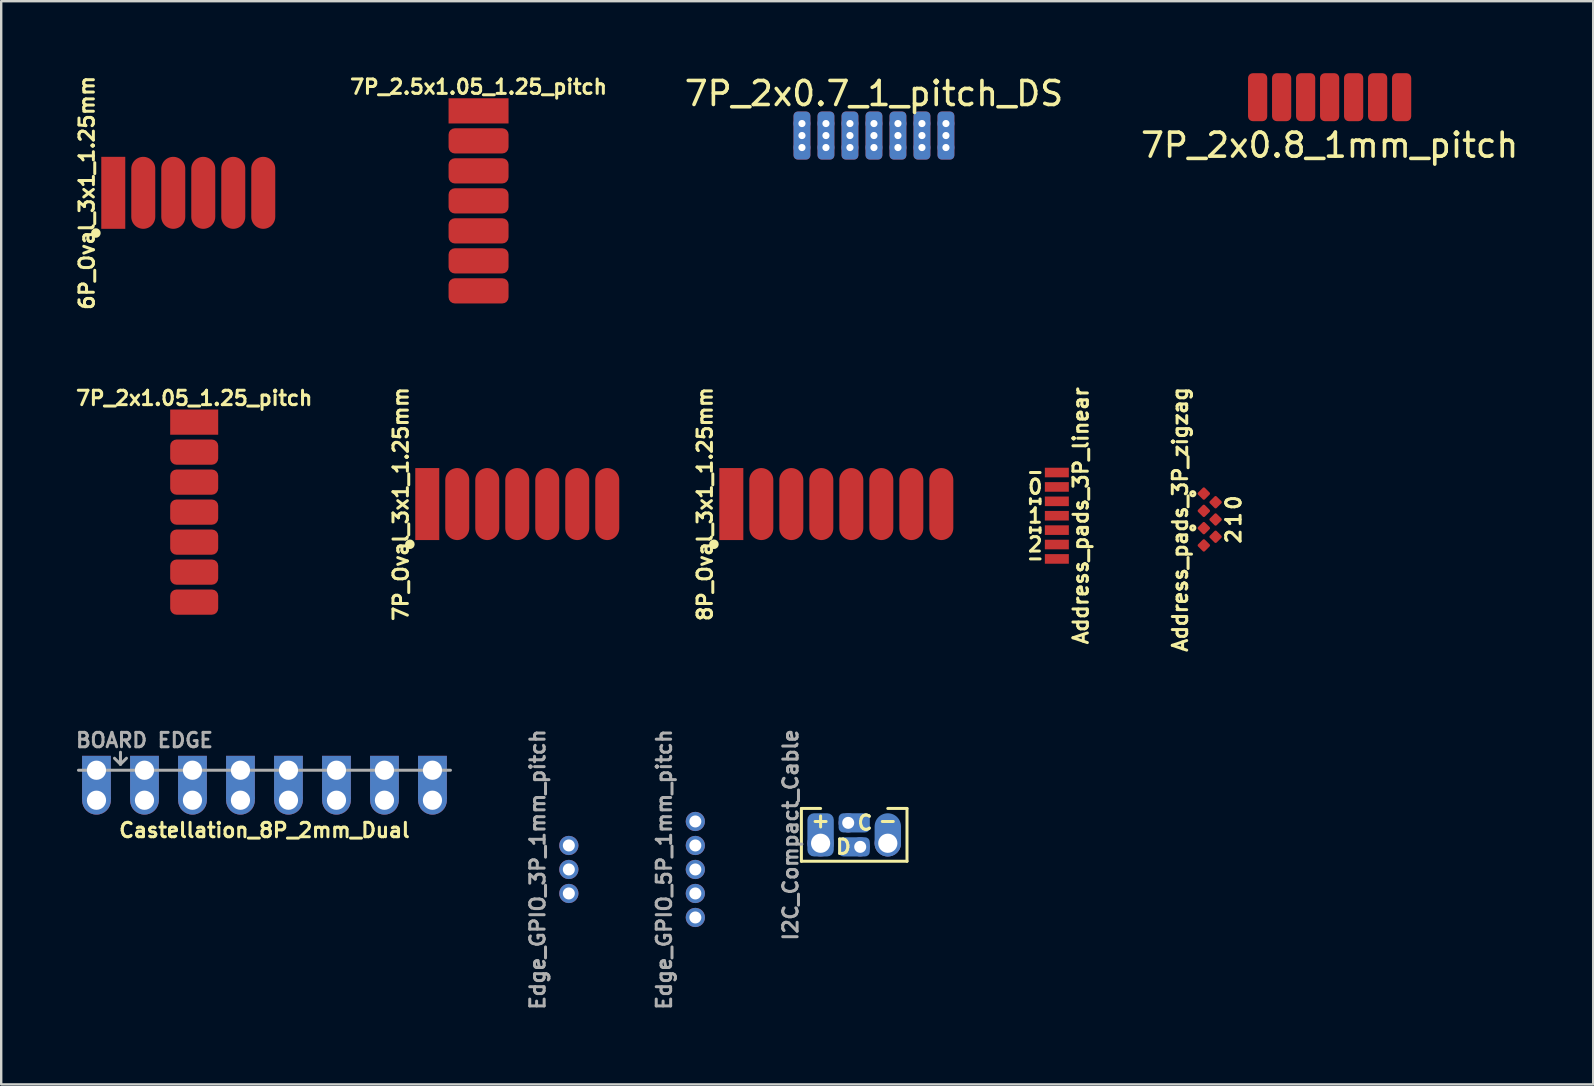
<source format=kicad_pcb>
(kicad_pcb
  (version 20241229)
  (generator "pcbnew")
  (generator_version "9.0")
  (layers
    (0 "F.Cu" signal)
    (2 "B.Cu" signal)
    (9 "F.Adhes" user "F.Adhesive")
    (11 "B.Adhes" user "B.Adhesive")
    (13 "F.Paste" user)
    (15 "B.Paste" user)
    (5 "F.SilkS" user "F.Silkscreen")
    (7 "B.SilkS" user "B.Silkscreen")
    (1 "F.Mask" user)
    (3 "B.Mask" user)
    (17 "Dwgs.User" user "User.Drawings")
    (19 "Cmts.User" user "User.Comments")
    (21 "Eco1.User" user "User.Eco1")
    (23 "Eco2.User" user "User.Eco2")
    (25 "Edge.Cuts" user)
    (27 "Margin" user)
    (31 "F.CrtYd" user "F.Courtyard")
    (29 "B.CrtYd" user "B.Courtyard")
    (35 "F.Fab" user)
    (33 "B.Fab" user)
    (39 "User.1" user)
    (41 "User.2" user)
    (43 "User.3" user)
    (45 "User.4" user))
  (footprint "7P_2x0.7_1_pitch_DS"
    (layer "F.Cu")
    (at 33.367 2.598)
    (property "Reference" "7P_2x0.7_1_pitch_DS" (at 0 -1.75 0) (unlocked yes) (layer "F.SilkS") (effects (font (size 1 1) (thickness 0.15))))
    (attr through_hole)
    (pad "1" thru_hole circle (at -3 -0.5) (size 0.7 0.7) (drill 0.3) (layers "*.Cu" "*.Mask"))
    (pad "1" thru_hole roundrect (at -3 0) (size 0.7 2) (drill 0.3) (layers "*.Cu" "*.Mask") (roundrect_rratio 0.25))
    (pad "1" thru_hole circle (at -3 0.5) (size 0.7 0.7) (drill 0.3) (layers "*.Cu" "*.Mask"))
    (pad "2" thru_hole circle (at -2 -0.5) (size 0.7 0.7) (drill 0.3) (layers "*.Cu" "*.Mask"))
    (pad "2" thru_hole roundrect (at -2 0) (size 0.7 2) (drill 0.3) (layers "*.Cu" "*.Mask") (roundrect_rratio 0.25))
    (pad "2" thru_hole circle (at -2 0.5) (size 0.7 0.7) (drill 0.3) (layers "*.Cu" "*.Mask"))
    (pad "3" thru_hole circle (at -1 -0.5) (size 0.7 0.7) (drill 0.3) (layers "*.Cu" "*.Mask"))
    (pad "3" thru_hole roundrect (at -1 0) (size 0.7 2) (drill 0.3) (layers "*.Cu" "*.Mask") (roundrect_rratio 0.25))
    (pad "3" thru_hole circle (at -1 0.5) (size 0.7 0.7) (drill 0.3) (layers "*.Cu" "*.Mask"))
    (pad "4" thru_hole circle (at 0 -0.5) (size 0.7 0.7) (drill 0.3) (layers "*.Cu" "*.Mask"))
    (pad "4" thru_hole roundrect (at 0 0) (size 0.7 2) (drill 0.3) (layers "*.Cu" "*.Mask") (roundrect_rratio 0.25))
    (pad "4" thru_hole circle (at 0 0.5) (size 0.7 0.7) (drill 0.3) (layers "*.Cu" "*.Mask"))
    (pad "5" thru_hole circle (at 1 -0.5) (size 0.7 0.7) (drill 0.3) (layers "*.Cu" "*.Mask"))
    (pad "5" thru_hole roundrect (at 1 0) (size 0.7 2) (drill 0.3) (layers "*.Cu" "*.Mask") (roundrect_rratio 0.25))
    (pad "5" thru_hole circle (at 1 0.5) (size 0.7 0.7) (drill 0.3) (layers "*.Cu" "*.Mask"))
    (pad "6" thru_hole circle (at 2 -0.5) (size 0.7 0.7) (drill 0.3) (layers "*.Cu" "*.Mask"))
    (pad "6" thru_hole roundrect (at 2 0) (size 0.7 2) (drill 0.3) (layers "*.Cu" "*.Mask") (roundrect_rratio 0.25))
    (pad "6" thru_hole circle (at 2 0.5) (size 0.7 0.7) (drill 0.3) (layers "*.Cu" "*.Mask"))
    (pad "7" thru_hole circle (at 3 -0.5) (size 0.7 0.7) (drill 0.3) (layers "*.Cu" "*.Mask"))
    (pad "7" thru_hole roundrect (at 3 0) (size 0.7 2) (drill 0.3) (layers "*.Cu" "*.Mask") (roundrect_rratio 0.25))
    (pad "7" thru_hole circle (at 3 0.5) (size 0.7 0.7) (drill 0.3) (layers "*.Cu" "*.Mask")))
  (footprint "8P_Oval_3x1_1.25mm"
    (layer "F.Cu")
    (at 31.799 17.954)
    (property "Reference" "8P_Oval_3x1_1.25mm" (at -5.475 0 90) (layer "F.SilkS") (effects (font (size 0.6 0.6) (thickness 0.125))))
    (attr exclude_from_pos_files exclude_from_bom)
    (fp_circle (center -5.1 1.675) (end -5 1.675) (stroke (width 0.2) (type solid)) (fill no) (layer "F.SilkS"))
    (pad "1" connect rect (at -4.375 0) (size 1 3) (layers "F.Cu" "F.Mask"))
    (pad "2" connect oval (at -3.125 0) (size 1 3) (layers "F.Cu" "F.Mask"))
    (pad "3" connect oval (at -1.875 0) (size 1 3) (layers "F.Cu" "F.Mask"))
    (pad "4" connect oval (at -0.625 0) (size 1 3) (layers "F.Cu" "F.Mask"))
    (pad "5" connect oval (at 0.625 0) (size 1 3) (layers "F.Cu" "F.Mask"))
    (pad "6" connect oval (at 1.875 0) (size 1 3) (layers "F.Cu" "F.Mask"))
    (pad "7" connect oval (at 3.125 0) (size 1 3) (layers "F.Cu" "F.Mask"))
    (pad "8" connect oval (at 4.375 0) (size 1 3) (layers "F.Cu" "F.Mask")))
  (footprint "Address_pads_3P_linear"
    (layer "F.Cu")
    (at 40.988 18.44)
    (property "Reference" "Address_pads_3P_linear" (at 1 0 270) (layer "F.SilkS") (effects (font (size 0.6 0.6) (thickness 0.125))))
    (attr exclude_from_pos_files exclude_from_bom)
    (fp_line (start -1.1 -0.7) (end -1.1 -0.5) (stroke (width 0.125) (type solid)) (layer "F.SilkS"))
    (fp_line (start -1.1 -0.6) (end -1.1 -0.7) (stroke (width 0.125) (type solid)) (layer "F.SilkS"))
    (fp_line (start -1.1 0.5) (end -1.1 0.7) (stroke (width 0.125) (type solid)) (layer "F.SilkS"))
    (fp_line (start -1.1 0.6) (end -1.1 0.5) (stroke (width 0.125) (type solid)) (layer "F.SilkS"))
    (fp_line (start -0.7 -1.8) (end -1.1 -1.8) (stroke (width 0.125) (type solid)) (layer "F.SilkS"))
    (fp_line (start -0.7 -0.7) (end -0.7 -0.5) (stroke (width 0.125) (type solid)) (layer "F.SilkS"))
    (fp_line (start -0.7 -0.6) (end -1.1 -0.6) (stroke (width 0.125) (type solid)) (layer "F.SilkS"))
    (fp_line (start -0.7 0.5) (end -0.7 0.7) (stroke (width 0.125) (type solid)) (layer "F.SilkS"))
    (fp_line (start -0.7 0.6) (end -1.1 0.6) (stroke (width 0.125) (type solid)) (layer "F.SilkS"))
    (fp_line (start -0.7 1.8) (end -1.1 1.8) (stroke (width 0.125) (type solid)) (layer "F.SilkS"))
    (fp_text user "2" (at -0.9 1.2 0) (layer "F.SilkS") (effects (font (size 0.6 0.6) (thickness 0.125))))
    (fp_text user "1" (at -0.9 0 0) (layer "F.SilkS") (effects (font (size 0.6 0.6) (thickness 0.125))))
    (fp_text user "0" (at -0.9 -1.2 0) (layer "F.SilkS") (effects (font (size 0.6 0.6) (thickness 0.125))))
    (pad "" connect roundrect (at 0 0) (size 1.1 4.1) (layers "F.Mask") (roundrect_rratio 0.045))
    (pad "0" connect rect (at 0 -1.2) (size 1 0.4) (layers "F.Cu" "F.Mask"))
    (pad "1" connect rect (at 0 0) (size 1 0.4) (layers "F.Cu" "F.Mask"))
    (pad "2" connect rect (at 0 1.2) (size 1 0.4) (layers "F.Cu" "F.Mask"))
    (pad "H" connect rect (at 0 -0.6) (size 1 0.4) (layers "F.Cu" "F.Mask"))
    (pad "H" connect rect (at 0 0.6) (size 1 0.4) (layers "F.Cu" "F.Mask"))
    (pad "L" connect rect (at 0 -1.8) (size 1 0.4) (layers "F.Cu" "F.Mask"))
    (pad "L" connect rect (at 0 1.8) (size 1 0.4) (layers "F.Cu" "F.Mask")))
  (footprint "Edge_GPIO_5P_1mm_pitch"
    (layer "F.Cu")
    (at 25.924 33.18)
    (property "Reference" "Edge_GPIO_5P_1mm_pitch" (at -1.3 0 90) (layer "F.Fab") (effects (font (size 0.6 0.6) (thickness 0.125))))
    (attr exclude_from_pos_files exclude_from_bom)
    (pad "1" thru_hole circle (at 0 -2) (size 0.8 0.8) (drill 0.5) (layers "*.Cu" "*.Mask"))
    (pad "2" thru_hole circle (at 0 -1) (size 0.8 0.8) (drill 0.5) (layers "*.Cu" "*.Mask"))
    (pad "3" thru_hole circle (at 0 0) (size 0.8 0.8) (drill 0.5) (layers "*.Cu" "*.Mask"))
    (pad "4" thru_hole circle (at 0 1) (size 0.8 0.8) (drill 0.5) (layers "*.Cu" "*.Mask"))
    (pad "5" thru_hole circle (at 0 2) (size 0.8 0.8) (drill 0.5) (layers "*.Cu" "*.Mask")))
  (footprint "7P_2x0.8_1mm_pitch"
    (layer "F.Cu")
    (at 52.355 1)
    (property "Reference" "7P_2x0.8_1mm_pitch" (at 0 2 0) (layer "F.SilkS") (effects (font (size 1 1) (thickness 0.15))))
    (attr through_hole)
    (pad "1" connect roundrect (at -3 0) (size 0.8 2) (layers "F.Cu" "F.Mask") (roundrect_rratio 0.25))
    (pad "2" connect roundrect (at -2 0) (size 0.8 2) (layers "F.Cu" "F.Mask") (roundrect_rratio 0.25))
    (pad "3" connect roundrect (at -1 0) (size 0.8 2) (layers "F.Cu" "F.Mask") (roundrect_rratio 0.25))
    (pad "4" connect roundrect (at 0 0) (size 0.8 2) (layers "F.Cu" "F.Mask") (roundrect_rratio 0.25))
    (pad "5" connect roundrect (at 1 0) (size 0.8 2) (layers "F.Cu" "F.Mask") (roundrect_rratio 0.25))
    (pad "6" connect roundrect (at 2 0) (size 0.8 2) (layers "F.Cu" "F.Mask") (roundrect_rratio 0.25))
    (pad "7" connect roundrect (at 3 0) (size 0.8 2) (layers "F.Cu" "F.Mask") (roundrect_rratio 0.25)))
  (footprint "6P_Oval_3x1_1.25mm"
    (layer "F.Cu")
    (at 4.795 4.985)
    (property "Reference" "6P_Oval_3x1_1.25mm" (at -4.225 0 90) (layer "F.SilkS") (effects (font (size 0.6 0.6) (thickness 0.125))))
    (attr exclude_from_pos_files exclude_from_bom)
    (fp_circle (center -3.85 1.675) (end -3.75 1.675) (stroke (width 0.2) (type solid)) (fill no) (layer "F.SilkS"))
    (pad "1" connect rect (at -3.125 0) (size 1 3) (layers "F.Cu" "F.Mask"))
    (pad "2" connect oval (at -1.875 0) (size 1 3) (layers "F.Cu" "F.Mask"))
    (pad "3" connect oval (at -0.625 0) (size 1 3) (layers "F.Cu" "F.Mask"))
    (pad "4" connect oval (at 0.625 0) (size 1 3) (layers "F.Cu" "F.Mask"))
    (pad "5" connect oval (at 1.875 0) (size 1 3) (layers "F.Cu" "F.Mask"))
    (pad "6" connect oval (at 3.125 0) (size 1 3) (layers "F.Cu" "F.Mask")))
  (footprint "Address_pads_3P_zigzag"
    (layer "F.Cu")
    (at 47.603 18.597)
    (property "Reference" "Address_pads_3P_zigzag" (at -1.475 0 270) (layer "F.SilkS") (effects (font (size 0.6 0.6) (thickness 0.125))))
    (attr exclude_from_pos_files exclude_from_bom)
    (fp_circle (center -0.95 -1.075) (end -0.925 -1.075) (stroke (width 0.125) (type solid)) (fill no) (layer "F.SilkS"))
    (fp_circle (center -0.95 0.35) (end -0.925 0.35) (stroke (width 0.125) (type solid)) (fill no) (layer "F.SilkS"))
    (fp_text user "2" (at 0.75 0.7 90) (layer "F.SilkS") (effects (font (size 0.6 0.6) (thickness 0.125))))
    (fp_text user "0" (at 0.75 -0.7 90) (layer "F.SilkS") (effects (font (size 0.6 0.6) (thickness 0.125))))
    (fp_text user "1" (at 0.75 0 90) (layer "F.SilkS") (effects (font (size 0.6 0.6) (thickness 0.125))))
    (pad "" connect rect (at -0.25 0.905 315) (size 0.305 0.5) (layers "F.Mask"))
    (pad "" connect rect (at -0.245 -0.54 315) (size 0.305 0.5) (layers "F.Mask"))
    (pad "" smd roundrect (at -0.245 -0.54 315) (size 0.4 1) (layers "F.Paste") (roundrect_rratio 0.25))
    (pad "" smd roundrect (at -0.245 -0.18 45) (size 0.4 1) (layers "F.Paste") (roundrect_rratio 0.25))
    (pad "" connect rect (at -0.245 0.185 315) (size 0.305 0.5) (layers "F.Mask"))
    (pad "" smd roundrect (at -0.245 0.9 315) (size 0.4 1) (layers "F.Paste") (roundrect_rratio 0.25))
    (pad "" connect rect (at -0.24 -0.175 45) (size 0.305 0.5) (layers "F.Mask"))
    (pad "" connect rect (at -0.24 0.545 45) (size 0.305 0.5) (layers "F.Mask"))
    (pad "" connect rect (at -0.235 -0.89 45) (size 0.305 0.5) (layers "F.Mask"))
    (pad "0" connect roundrect (at 0 -0.72 45) (size 0.4 0.4) (layers "F.Cu" "F.Mask") (roundrect_rratio 0.15))
    (pad "1" connect roundrect (at 0 0 45) (size 0.4 0.4) (layers "F.Cu" "F.Mask") (roundrect_rratio 0.15))
    (pad "2" connect roundrect (at 0 0.72 45) (size 0.4 0.4) (layers "F.Cu" "F.Mask") (roundrect_rratio 0.15))
    (pad "H" connect roundrect (at -0.49 -1.08 45) (size 0.4 0.4) (layers "F.Cu" "F.Mask") (roundrect_rratio 0.15))
    (pad "H" connect roundrect (at -0.49 0.36 45) (size 0.4 0.4) (layers "F.Cu" "F.Mask") (roundrect_rratio 0.15))
    (pad "L" connect roundrect (at -0.49 -0.36 45) (size 0.4 0.4) (layers "F.Cu" "F.Mask") (roundrect_rratio 0.15))
    (pad "L" connect roundrect (at -0.49 1.08 45) (size 0.4 0.4) (layers "F.Cu" "F.Mask") (roundrect_rratio 0.15)))
  (footprint "7P_2.5x1.05_1.25_pitch"
    (layer "F.Cu")
    (at 16.891 5.32)
    (property "Reference" "7P_2.5x1.05_1.25_pitch" (at 0 -4.75 0) (layer "F.SilkS") (effects (font (size 0.6 0.6) (thickness 0.125))))
    (attr exclude_from_pos_files exclude_from_bom)
    (pad "1" connect rect (at 0 -3.75) (size 2.5 1.05) (layers "F.Cu" "F.Mask"))
    (pad "2" connect roundrect (at 0 -2.5) (size 2.5 1.05) (layers "F.Cu" "F.Mask") (roundrect_rratio 0.25))
    (pad "3" connect roundrect (at 0 -1.25) (size 2.5 1.05) (layers "F.Cu" "F.Mask") (roundrect_rratio 0.25))
    (pad "4" connect roundrect (at 0 0) (size 2.5 1.05) (layers "F.Cu" "F.Mask") (roundrect_rratio 0.25))
    (pad "5" connect roundrect (at 0 1.25) (size 2.5 1.05) (layers "F.Cu" "F.Mask") (roundrect_rratio 0.25))
    (pad "6" connect roundrect (at 0 2.5) (size 2.5 1.05) (layers "F.Cu" "F.Mask") (roundrect_rratio 0.25))
    (pad "7" connect roundrect (at 0 3.75) (size 2.5 1.05) (layers "F.Cu" "F.Mask") (roundrect_rratio 0.25)))
  (footprint "7P_2x1.05_1.25_pitch"
    (layer "F.Cu")
    (at 5.042 18.29)
    (property "Reference" "7P_2x1.05_1.25_pitch" (at 0 -4.75 0) (layer "F.SilkS") (effects (font (size 0.6 0.6) (thickness 0.125))))
    (attr exclude_from_pos_files exclude_from_bom)
    (pad "1" connect rect (at 0 -3.75) (size 2 1.05) (layers "F.Cu" "F.Mask"))
    (pad "2" connect roundrect (at 0 -2.5) (size 2 1.05) (layers "F.Cu" "F.Mask") (roundrect_rratio 0.25))
    (pad "3" connect roundrect (at 0 -1.25) (size 2 1.05) (layers "F.Cu" "F.Mask") (roundrect_rratio 0.25))
    (pad "4" connect roundrect (at 0 0) (size 2 1.05) (layers "F.Cu" "F.Mask") (roundrect_rratio 0.25))
    (pad "5" connect roundrect (at 0 1.25) (size 2 1.05) (layers "F.Cu" "F.Mask") (roundrect_rratio 0.25))
    (pad "6" connect roundrect (at 0 2.5) (size 2 1.05) (layers "F.Cu" "F.Mask") (roundrect_rratio 0.25))
    (pad "7" connect roundrect (at 0 3.75) (size 2 1.05) (layers "F.Cu" "F.Mask") (roundrect_rratio 0.25)))
  (footprint "Castellation_8P_2mm_Dual"
    (layer "F.Cu")
    (at 7.97 29.045)
    (property "Reference" "Castellation_8P_2mm_Dual" (at 0 2.5 0) (layer "F.SilkS") (effects (font (size 0.6 0.6) (thickness 0.125))))
    (attr exclude_from_pos_files exclude_from_bom)
    (fp_line (start -7.75 0) (end 7.75 0) (stroke (width 0.125) (type solid)) (layer "F.Fab"))
    (fp_line (start -6 -0.25) (end -6.25 -0.5) (stroke (width 0.125) (type solid)) (layer "F.Fab"))
    (fp_line (start -6 -0.25) (end -6 -0.75) (stroke (width 0.125) (type solid)) (layer "F.Fab"))
    (fp_line (start -6 -0.25) (end -5.75 -0.5) (stroke (width 0.125) (type solid)) (layer "F.Fab"))
    (fp_text user "BOARD EDGE" (at -5 -1.25 0) (layer "F.Fab") (effects (font (size 0.6 0.6) (thickness 0.125))))
    (pad "1" thru_hole rect (at -7 0) (size 1.2 1.8) (drill 0.8 (offset 0 0.3)) (layers "*.Cu" "*.Mask"))
    (pad "1" thru_hole circle (at -7 1.25) (size 1.2 1.2) (drill 0.8) (layers "*.Cu" "*.Mask"))
    (pad "2" thru_hole rect (at -5 0) (size 1.2 1.8) (drill 0.8 (offset 0 0.3)) (layers "*.Cu" "*.Mask"))
    (pad "2" thru_hole circle (at -5 1.25) (size 1.2 1.2) (drill 0.8) (layers "*.Cu" "*.Mask"))
    (pad "3" thru_hole rect (at -3 0) (size 1.2 1.8) (drill 0.8 (offset 0 0.3)) (layers "*.Cu" "*.Mask"))
    (pad "3" thru_hole circle (at -3 1.25) (size 1.2 1.2) (drill 0.8) (layers "*.Cu" "*.Mask"))
    (pad "4" thru_hole rect (at -1 0) (size 1.2 1.8) (drill 0.8 (offset 0 0.3)) (layers "*.Cu" "*.Mask"))
    (pad "4" thru_hole circle (at -1 1.25) (size 1.2 1.2) (drill 0.8) (layers "*.Cu" "*.Mask"))
    (pad "5" thru_hole rect (at 1 0) (size 1.2 1.8) (drill 0.8 (offset 0 0.3)) (layers "*.Cu" "*.Mask"))
    (pad "5" thru_hole circle (at 1 1.25) (size 1.2 1.2) (drill 0.8) (layers "*.Cu" "*.Mask"))
    (pad "6" thru_hole rect (at 3 0) (size 1.2 1.8) (drill 0.8 (offset 0 0.3)) (layers "*.Cu" "*.Mask"))
    (pad "6" thru_hole circle (at 3 1.25) (size 1.2 1.2) (drill 0.8) (layers "*.Cu" "*.Mask"))
    (pad "7" thru_hole rect (at 5 0) (size 1.2 1.8) (drill 0.8 (offset 0 0.3)) (layers "*.Cu" "*.Mask"))
    (pad "7" thru_hole circle (at 5 1.25) (size 1.2 1.2) (drill 0.8) (layers "*.Cu" "*.Mask"))
    (pad "8" thru_hole rect (at 7 0) (size 1.2 1.8) (drill 0.8 (offset 0 0.3)) (layers "*.Cu" "*.Mask"))
    (pad "8" thru_hole circle (at 7 1.25) (size 1.2 1.2) (drill 0.8) (layers "*.Cu" "*.Mask")))
  (footprint "I2C_Compact_Cable"
    (layer "F.Cu")
    (at 32.544 31.738)
    (property "Reference" "I2C_Compact_Cable" (at -2.65 0 90) (layer "F.Fab") (effects (font (size 0.6 0.6) (thickness 0.125))))
    (attr exclude_from_pos_files exclude_from_bom)
    (fp_line (start -2.2 -1.1) (end -2.2 1.1) (stroke (width 0.125) (type solid)) (layer "F.SilkS"))
    (fp_line (start -2.2 1.1) (end 2.2 1.1) (stroke (width 0.125) (type solid)) (layer "F.SilkS"))
    (fp_line (start -1.4 -1.1) (end -2.2 -1.1) (stroke (width 0.125) (type solid)) (layer "F.SilkS"))
    (fp_line (start 2.2 -1.1) (end 1.4 -1.1) (stroke (width 0.125) (type solid)) (layer "F.SilkS"))
    (fp_line (start 2.2 1.1) (end 2.2 -1.1) (stroke (width 0.125) (type solid)) (layer "F.SilkS"))
    (fp_text user "C" (at 0.45 -0.5 0) (layer "F.SilkS") (effects (font (size 0.6 0.6) (thickness 0.125))))
    (fp_text user "-" (at 1.4 -0.6 0) (layer "F.SilkS") (effects (font (size 0.6 0.6) (thickness 0.125))))
    (fp_text user "+" (at -1.4 -0.6 0) (layer "F.SilkS") (effects (font (size 0.6 0.6) (thickness 0.125))))
    (fp_text user "D" (at -0.45 0.5 0) (layer "F.SilkS") (effects (font (size 0.6 0.6) (thickness 0.125))))
    (pad "1" connect roundrect (at -1.4 0) (size 1.1 1.8) (layers "B.Cu" "B.Mask") (roundrect_rratio 0.25))
    (pad "1" thru_hole circle (at -1.4 0.35) (size 1.1 1.1) (drill 0.8) (layers "*.Cu" "*.Mask"))
    (pad "2" connect oval (at 1.4 0) (size 1.1 1.8) (layers "B.Cu" "B.Mask"))
    (pad "2" thru_hole circle (at 1.4 0.35) (size 1.1 1.1) (drill 0.8) (layers "*.Cu" "*.Mask"))
    (pad "3" thru_hole circle (at -0.25 -0.5 90) (size 0.8 0.8) (drill 0.5) (layers "*.Cu" "*.Mask"))
    (pad "3" connect roundrect (at -0.2 -0.5 90) (size 0.8 1.3) (drill (offset 0 0.2)) (layers "B.Cu" "B.Mask") (roundrect_rratio 0.25))
    (pad "4" connect roundrect (at 0.2 0.5 270) (size 0.8 1.3) (drill (offset 0 0.2)) (layers "B.Cu" "B.Mask") (roundrect_rratio 0.25))
    (pad "4" thru_hole circle (at 0.25 0.5 90) (size 0.8 0.8) (drill 0.5) (layers "*.Cu" "*.Mask")))
  (footprint "Edge_GPIO_3P_1mm_pitch"
    (layer "F.Cu")
    (at 20.653 33.18)
    (property "Reference" "Edge_GPIO_3P_1mm_pitch" (at -1.3 0 90) (layer "F.Fab") (effects (font (size 0.6 0.6) (thickness 0.125))))
    (attr through_hole)
    (pad "1" thru_hole circle (at 0 -1) (size 0.8 0.8) (drill 0.5) (layers "*.Cu" "*.Mask"))
    (pad "2" thru_hole circle (at 0 0) (size 0.8 0.8) (drill 0.5) (layers "*.Cu" "*.Mask"))
    (pad "3" thru_hole circle (at 0 1) (size 0.8 0.8) (drill 0.5) (layers "*.Cu" "*.Mask")))
  (footprint "7P_Oval_3x1_1.25mm"
    (layer "F.Cu")
    (at 18.529 17.854)
    (property "Reference" "7P_Oval_3x1_1.25mm" (at -4.875 0.1 90) (layer "F.SilkS") (effects (font (size 0.6 0.6) (thickness 0.125))))
    (attr exclude_from_pos_files exclude_from_bom)
    (fp_circle (center -4.5 1.775) (end -4.4 1.775) (stroke (width 0.2) (type solid)) (fill no) (layer "F.SilkS"))
    (pad "1" connect rect (at -3.775 0.1) (size 1 3) (layers "F.Cu" "F.Mask"))
    (pad "2" connect oval (at -2.525 0.1) (size 1 3) (layers "F.Cu" "F.Mask"))
    (pad "3" connect oval (at -1.275 0.1) (size 1 3) (layers "F.Cu" "F.Mask"))
    (pad "4" connect oval (at -0.025 0.1) (size 1 3) (layers "F.Cu" "F.Mask"))
    (pad "5" connect oval (at 1.225 0.1) (size 1 3) (layers "F.Cu" "F.Mask"))
    (pad "6" connect oval (at 2.475 0.1) (size 1 3) (layers "F.Cu" "F.Mask"))
    (pad "7" connect oval (at 3.725 0.1) (size 1 3) (layers "F.Cu" "F.Mask")))
  (gr_rect
    (start -3 -3)
    (end 63.337 42.136)
    (stroke (width 0.1) (type default))
    (fill no)
    (layer "Edge.Cuts")))
</source>
